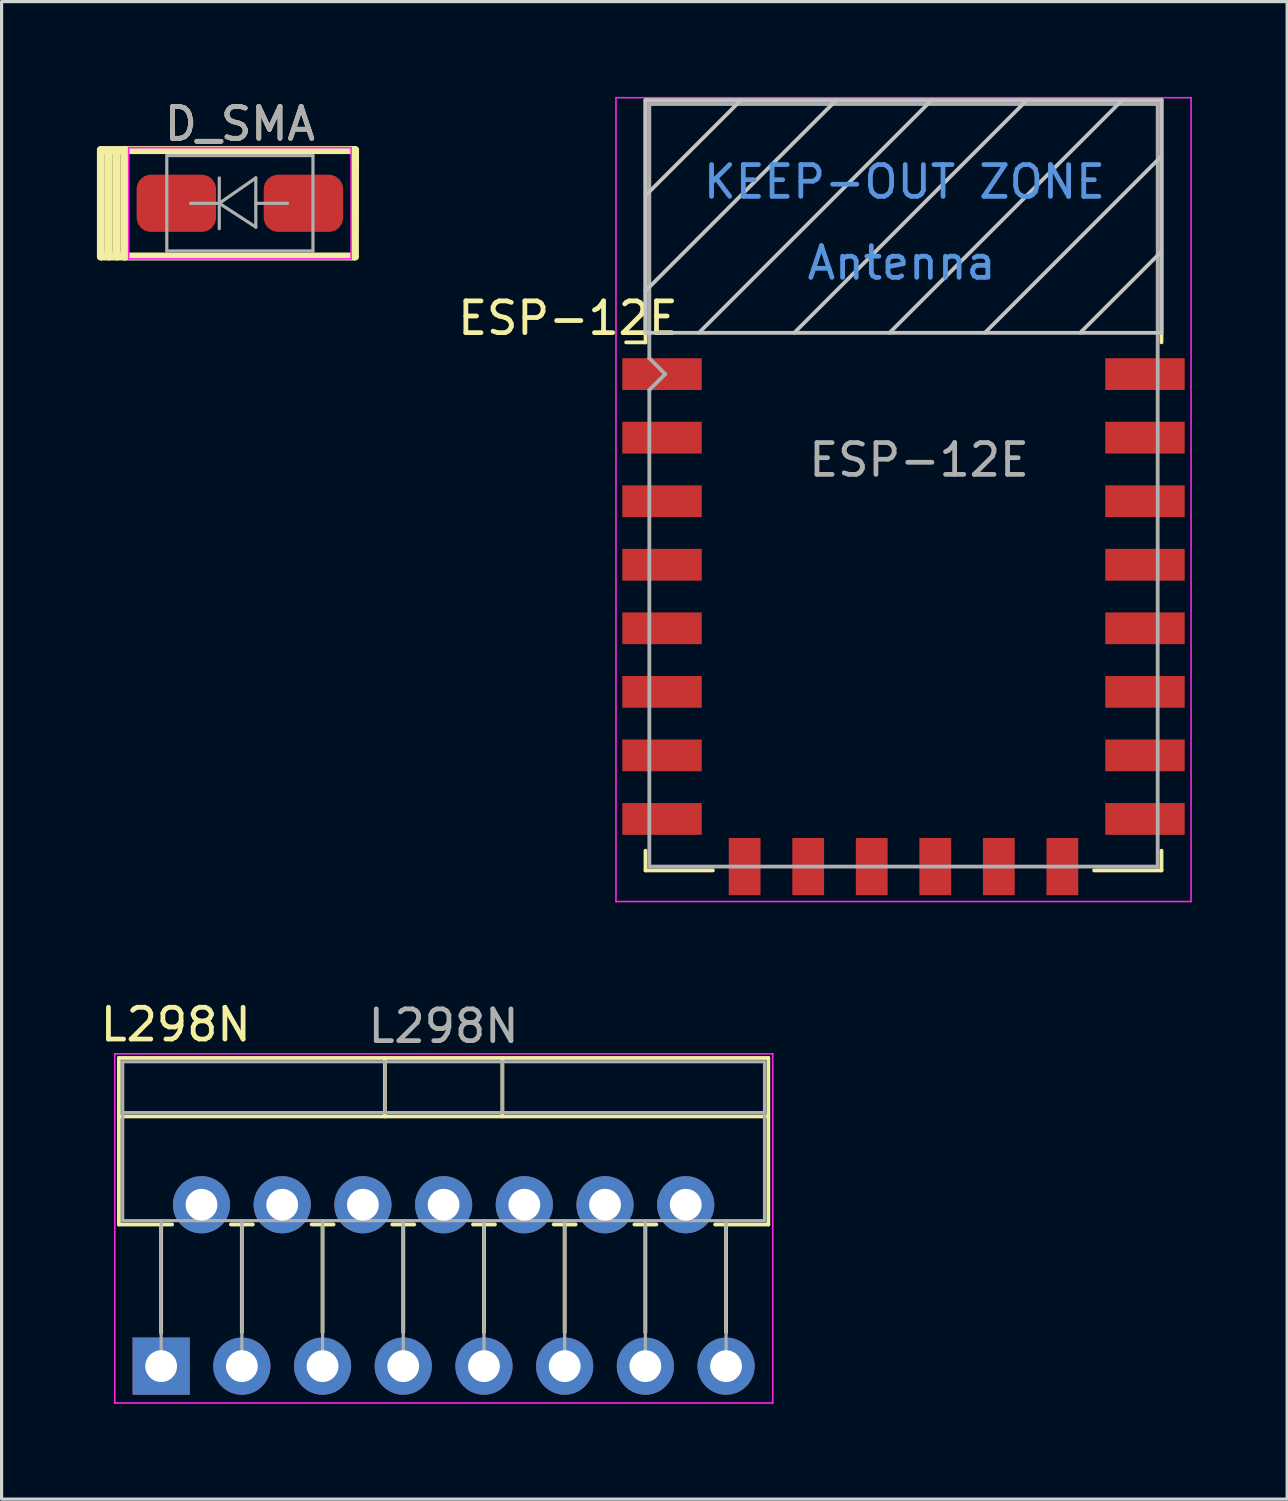
<source format=kicad_pcb>
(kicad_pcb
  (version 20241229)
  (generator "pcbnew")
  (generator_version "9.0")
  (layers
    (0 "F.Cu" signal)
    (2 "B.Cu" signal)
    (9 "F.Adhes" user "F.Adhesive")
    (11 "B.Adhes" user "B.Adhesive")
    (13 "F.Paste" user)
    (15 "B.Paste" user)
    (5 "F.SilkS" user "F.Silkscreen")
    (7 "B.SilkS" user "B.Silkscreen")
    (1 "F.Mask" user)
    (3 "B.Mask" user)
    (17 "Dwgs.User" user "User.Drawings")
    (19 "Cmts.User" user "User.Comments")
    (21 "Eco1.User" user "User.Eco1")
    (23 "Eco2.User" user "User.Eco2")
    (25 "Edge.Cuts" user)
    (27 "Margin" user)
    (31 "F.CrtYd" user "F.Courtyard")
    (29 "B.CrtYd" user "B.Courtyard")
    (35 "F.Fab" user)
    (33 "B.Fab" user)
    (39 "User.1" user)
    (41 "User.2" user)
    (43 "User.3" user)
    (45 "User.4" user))
  (footprint "L298N"
    (layer "F.Cu")
    (at 2.022 39.948)
    (property "Reference" "L298N" (at 0.46 -10.75 0) (layer "F.SilkS") (effects (font (size 1 1) (thickness 0.15))))
    (attr through_hole)
    (fp_line (start -1.33 -9.7) (end -1.33 -4.459) (stroke (width 0.12) (type solid)) (layer "F.SilkS"))
    (fp_line (start -1.33 -9.7) (end 19.11 -9.7) (stroke (width 0.12) (type solid)) (layer "F.SilkS"))
    (fp_line (start -1.33 -7.86) (end 19.11 -7.86) (stroke (width 0.12) (type solid)) (layer "F.SilkS"))
    (fp_line (start -1.33 -4.459) (end 0.346 -4.459) (stroke (width 0.12) (type solid)) (layer "F.SilkS"))
    (fp_line (start 0 -4.459) (end 0 -1.05) (stroke (width 0.12) (type solid)) (layer "F.SilkS"))
    (fp_line (start 2.195 -4.459) (end 2.886 -4.459) (stroke (width 0.12) (type solid)) (layer "F.SilkS"))
    (fp_line (start 2.54 -4.459) (end 2.54 -1.065) (stroke (width 0.12) (type solid)) (layer "F.SilkS"))
    (fp_line (start 4.735 -4.459) (end 5.426 -4.459) (stroke (width 0.12) (type solid)) (layer "F.SilkS"))
    (fp_line (start 5.08 -4.459) (end 5.08 -1.065) (stroke (width 0.12) (type solid)) (layer "F.SilkS"))
    (fp_line (start 7.041 -9.7) (end 7.041 -7.86) (stroke (width 0.12) (type solid)) (layer "F.SilkS"))
    (fp_line (start 7.275 -4.459) (end 7.966 -4.459) (stroke (width 0.12) (type solid)) (layer "F.SilkS"))
    (fp_line (start 7.62 -4.459) (end 7.62 -1.065) (stroke (width 0.12) (type solid)) (layer "F.SilkS"))
    (fp_line (start 9.815 -4.459) (end 10.506 -4.459) (stroke (width 0.12) (type solid)) (layer "F.SilkS"))
    (fp_line (start 10.16 -4.459) (end 10.16 -1.065) (stroke (width 0.12) (type solid)) (layer "F.SilkS"))
    (fp_line (start 10.74 -9.7) (end 10.74 -7.86) (stroke (width 0.12) (type solid)) (layer "F.SilkS"))
    (fp_line (start 12.355 -4.459) (end 13.046 -4.459) (stroke (width 0.12) (type solid)) (layer "F.SilkS"))
    (fp_line (start 12.7 -4.459) (end 12.7 -1.065) (stroke (width 0.12) (type solid)) (layer "F.SilkS"))
    (fp_line (start 14.895 -4.459) (end 15.586 -4.459) (stroke (width 0.12) (type solid)) (layer "F.SilkS"))
    (fp_line (start 15.24 -4.459) (end 15.24 -1.065) (stroke (width 0.12) (type solid)) (layer "F.SilkS"))
    (fp_line (start 17.435 -4.459) (end 19.11 -4.459) (stroke (width 0.12) (type solid)) (layer "F.SilkS"))
    (fp_line (start 17.78 -4.459) (end 17.78 -1.065) (stroke (width 0.12) (type solid)) (layer "F.SilkS"))
    (fp_line (start 19.11 -9.7) (end 19.11 -4.459) (stroke (width 0.12) (type solid)) (layer "F.SilkS"))
    (fp_line (start -1.46 -9.83) (end -1.46 1.16) (stroke (width 0.05) (type solid)) (layer "F.CrtYd"))
    (fp_line (start -1.46 1.16) (end 19.25 1.16) (stroke (width 0.05) (type solid)) (layer "F.CrtYd"))
    (fp_line (start 19.25 -9.83) (end -1.46 -9.83) (stroke (width 0.05) (type solid)) (layer "F.CrtYd"))
    (fp_line (start 19.25 1.16) (end 19.25 -9.83) (stroke (width 0.05) (type solid)) (layer "F.CrtYd"))
    (fp_line (start -1.21 -9.58) (end -1.21 -4.58) (stroke (width 0.1) (type solid)) (layer "F.Fab"))
    (fp_line (start -1.21 -7.98) (end 18.99 -7.98) (stroke (width 0.1) (type solid)) (layer "F.Fab"))
    (fp_line (start -1.21 -4.58) (end 18.99 -4.58) (stroke (width 0.1) (type solid)) (layer "F.Fab"))
    (fp_line (start 0 -4.58) (end 0 0) (stroke (width 0.1) (type solid)) (layer "F.Fab"))
    (fp_line (start 2.54 -4.58) (end 2.54 0) (stroke (width 0.1) (type solid)) (layer "F.Fab"))
    (fp_line (start 5.08 -4.58) (end 5.08 0) (stroke (width 0.1) (type solid)) (layer "F.Fab"))
    (fp_line (start 7.04 -9.58) (end 7.04 -7.98) (stroke (width 0.1) (type solid)) (layer "F.Fab"))
    (fp_line (start 7.62 -4.58) (end 7.62 0) (stroke (width 0.1) (type solid)) (layer "F.Fab"))
    (fp_line (start 10.16 -4.58) (end 10.16 0) (stroke (width 0.1) (type solid)) (layer "F.Fab"))
    (fp_line (start 10.74 -9.58) (end 10.74 -7.98) (stroke (width 0.1) (type solid)) (layer "F.Fab"))
    (fp_line (start 12.7 -4.58) (end 12.7 0) (stroke (width 0.1) (type solid)) (layer "F.Fab"))
    (fp_line (start 15.24 -4.58) (end 15.24 0) (stroke (width 0.1) (type solid)) (layer "F.Fab"))
    (fp_line (start 17.78 -4.58) (end 17.78 0) (stroke (width 0.1) (type solid)) (layer "F.Fab"))
    (fp_line (start 18.99 -9.58) (end -1.21 -9.58) (stroke (width 0.1) (type solid)) (layer "F.Fab"))
    (fp_line (start 18.99 -4.58) (end 18.99 -9.58) (stroke (width 0.1) (type solid)) (layer "F.Fab"))
    (fp_text user "${REFERENCE}" (at 8.89 -10.7 0) (layer "F.Fab") (effects (font (size 1 1) (thickness 0.15))))
    (pad "1" thru_hole rect (at 0 0) (size 1.8 1.8) (drill 1) (layers "*.Cu" "*.Mask"))
    (pad "2" thru_hole oval (at 1.27 -5.08) (size 1.8 1.8) (drill 1) (layers "*.Cu" "*.Mask"))
    (pad "3" thru_hole oval (at 2.54 0) (size 1.8 1.8) (drill 1) (layers "*.Cu" "*.Mask"))
    (pad "4" thru_hole oval (at 3.81 -5.08) (size 1.8 1.8) (drill 1) (layers "*.Cu" "*.Mask"))
    (pad "5" thru_hole oval (at 5.08 0) (size 1.8 1.8) (drill 1) (layers "*.Cu" "*.Mask"))
    (pad "6" thru_hole oval (at 6.35 -5.08) (size 1.8 1.8) (drill 1) (layers "*.Cu" "*.Mask"))
    (pad "7" thru_hole oval (at 7.62 0) (size 1.8 1.8) (drill 1) (layers "*.Cu" "*.Mask"))
    (pad "8" thru_hole oval (at 8.89 -5.08) (size 1.8 1.8) (drill 1) (layers "*.Cu" "*.Mask"))
    (pad "9" thru_hole oval (at 10.16 0) (size 1.8 1.8) (drill 1) (layers "*.Cu" "*.Mask"))
    (pad "10" thru_hole oval (at 11.43 -5.08) (size 1.8 1.8) (drill 1) (layers "*.Cu" "*.Mask"))
    (pad "11" thru_hole oval (at 12.7 0) (size 1.8 1.8) (drill 1) (layers "*.Cu" "*.Mask"))
    (pad "12" thru_hole oval (at 13.97 -5.08) (size 1.8 1.8) (drill 1) (layers "*.Cu" "*.Mask"))
    (pad "13" thru_hole oval (at 15.24 0) (size 1.8 1.8) (drill 1) (layers "*.Cu" "*.Mask"))
    (pad "14" thru_hole oval (at 16.51 -5.08) (size 1.8 1.8) (drill 1) (layers "*.Cu" "*.Mask"))
    (pad "15" thru_hole oval (at 17.78 0) (size 1.8 1.8) (drill 1) (layers "*.Cu" "*.Mask")))
  (footprint "ESP-12E"
    (layer "F.Cu")
    (at 25.387 12.225)
    (property "Reference" "ESP-12E" (at -10.56 -5.26 0) (layer "F.SilkS") (effects (font (size 1 1) (thickness 0.15))))
    (attr smd)
    (fp_line (start -8.12 -12.12) (end 8.12 -12.12) (stroke (width 0.12) (type solid)) (layer "F.SilkS"))
    (fp_line (start -8.12 -4.5) (end -8.73 -4.5) (stroke (width 0.12) (type solid)) (layer "F.SilkS"))
    (fp_line (start -8.12 -4.5) (end -8.12 -12.12) (stroke (width 0.12) (type solid)) (layer "F.SilkS"))
    (fp_line (start -8.12 12.12) (end -8.12 11.5) (stroke (width 0.12) (type solid)) (layer "F.SilkS"))
    (fp_line (start -6 12.12) (end -8.12 12.12) (stroke (width 0.12) (type solid)) (layer "F.SilkS"))
    (fp_line (start 8.12 -12.12) (end 8.12 -4.5) (stroke (width 0.12) (type solid)) (layer "F.SilkS"))
    (fp_line (start 8.12 11.5) (end 8.12 12.12) (stroke (width 0.12) (type solid)) (layer "F.SilkS"))
    (fp_line (start 8.12 12.12) (end 6 12.12) (stroke (width 0.12) (type solid)) (layer "F.SilkS"))
    (fp_line (start -8.12 -12.12) (end 8.12 -12.12) (stroke (width 0.12) (type solid)) (layer "Dwgs.User"))
    (fp_line (start -8.12 -9.12) (end -5.12 -12.12) (stroke (width 0.12) (type solid)) (layer "Dwgs.User"))
    (fp_line (start -8.12 -6.12) (end -2.12 -12.12) (stroke (width 0.12) (type solid)) (layer "Dwgs.User"))
    (fp_line (start -8.12 -4.8) (end -8.12 -12.12) (stroke (width 0.12) (type solid)) (layer "Dwgs.User"))
    (fp_line (start -6.44 -4.8) (end 0.88 -12.12) (stroke (width 0.12) (type solid)) (layer "Dwgs.User"))
    (fp_line (start -3.44 -4.8) (end 3.88 -12.12) (stroke (width 0.12) (type solid)) (layer "Dwgs.User"))
    (fp_line (start -0.44 -4.8) (end 6.88 -12.12) (stroke (width 0.12) (type solid)) (layer "Dwgs.User"))
    (fp_line (start 2.56 -4.8) (end 8.12 -10.36) (stroke (width 0.12) (type solid)) (layer "Dwgs.User"))
    (fp_line (start 5.56 -4.8) (end 8.12 -7.36) (stroke (width 0.12) (type solid)) (layer "Dwgs.User"))
    (fp_line (start 8.12 -12.12) (end 8.12 -4.8) (stroke (width 0.12) (type solid)) (layer "Dwgs.User"))
    (fp_line (start 8.12 -4.8) (end -8.12 -4.8) (stroke (width 0.12) (type solid)) (layer "Dwgs.User"))
    (fp_line (start -9.05 -12.2) (end 9.05 -12.2) (stroke (width 0.05) (type solid)) (layer "F.CrtYd"))
    (fp_line (start -9.05 13.1) (end -9.05 -12.2) (stroke (width 0.05) (type solid)) (layer "F.CrtYd"))
    (fp_line (start 9.05 -12.2) (end 9.05 13.1) (stroke (width 0.05) (type solid)) (layer "F.CrtYd"))
    (fp_line (start 9.05 13.1) (end -9.05 13.1) (stroke (width 0.05) (type solid)) (layer "F.CrtYd"))
    (fp_line (start -8 -12) (end 8 -12) (stroke (width 0.12) (type solid)) (layer "F.Fab"))
    (fp_line (start -8 -4) (end -8 -12) (stroke (width 0.12) (type solid)) (layer "F.Fab"))
    (fp_line (start -8 -3) (end -7.5 -3.5) (stroke (width 0.12) (type solid)) (layer "F.Fab"))
    (fp_line (start -8 12) (end -8 -3) (stroke (width 0.12) (type solid)) (layer "F.Fab"))
    (fp_line (start -7.5 -3.5) (end -8 -4) (stroke (width 0.12) (type solid)) (layer "F.Fab"))
    (fp_line (start 8 -12) (end 8 12) (stroke (width 0.12) (type solid)) (layer "F.Fab"))
    (fp_line (start 8 12) (end -8 12) (stroke (width 0.12) (type solid)) (layer "F.Fab"))
    (fp_text user "KEEP-OUT ZONE" (at 0.03 -9.55 180) (layer "Cmts.User") (effects (font (size 1 1) (thickness 0.15))))
    (fp_text user "Antenna" (at -0.06 -7 180) (layer "Cmts.User") (effects (font (size 1 1) (thickness 0.15))))
    (fp_text user "${REFERENCE}" (at 0.49 -0.8 0) (layer "F.Fab") (effects (font (size 1 1) (thickness 0.15))))
    (pad "1" smd rect (at -7.6 -3.5) (size 2.5 1) (layers "F.Cu" "F.Mask" "F.Paste"))
    (pad "2" smd rect (at -7.6 -1.5) (size 2.5 1) (layers "F.Cu" "F.Mask" "F.Paste"))
    (pad "3" smd rect (at -7.6 0.5) (size 2.5 1) (layers "F.Cu" "F.Mask" "F.Paste"))
    (pad "4" smd rect (at -7.6 2.5) (size 2.5 1) (layers "F.Cu" "F.Mask" "F.Paste"))
    (pad "5" smd rect (at -7.6 4.5) (size 2.5 1) (layers "F.Cu" "F.Mask" "F.Paste"))
    (pad "6" smd rect (at -7.6 6.5) (size 2.5 1) (layers "F.Cu" "F.Mask" "F.Paste"))
    (pad "7" smd rect (at -7.6 8.5) (size 2.5 1) (layers "F.Cu" "F.Mask" "F.Paste"))
    (pad "8" smd rect (at -7.6 10.5) (size 2.5 1) (layers "F.Cu" "F.Mask" "F.Paste"))
    (pad "9" smd rect (at -5 12) (size 1 1.8) (layers "F.Cu" "F.Mask" "F.Paste"))
    (pad "10" smd rect (at -3 12) (size 1 1.8) (layers "F.Cu" "F.Mask" "F.Paste"))
    (pad "11" smd rect (at -1 12) (size 1 1.8) (layers "F.Cu" "F.Mask" "F.Paste"))
    (pad "12" smd rect (at 1 12) (size 1 1.8) (layers "F.Cu" "F.Mask" "F.Paste"))
    (pad "13" smd rect (at 3 12) (size 1 1.8) (layers "F.Cu" "F.Mask" "F.Paste"))
    (pad "14" smd rect (at 5 12) (size 1 1.8) (layers "F.Cu" "F.Mask" "F.Paste"))
    (pad "15" smd rect (at 7.6 10.5) (size 2.5 1) (layers "F.Cu" "F.Mask" "F.Paste"))
    (pad "16" smd rect (at 7.6 8.5) (size 2.5 1) (layers "F.Cu" "F.Mask" "F.Paste"))
    (pad "17" smd rect (at 7.6 6.5) (size 2.5 1) (layers "F.Cu" "F.Mask" "F.Paste"))
    (pad "18" smd rect (at 7.6 4.5) (size 2.5 1) (layers "F.Cu" "F.Mask" "F.Paste"))
    (pad "19" smd rect (at 7.6 2.5) (size 2.5 1) (layers "F.Cu" "F.Mask" "F.Paste"))
    (pad "20" smd rect (at 7.6 0.5) (size 2.5 1) (layers "F.Cu" "F.Mask" "F.Paste"))
    (pad "21" smd rect (at 7.6 -1.5) (size 2.5 1) (layers "F.Cu" "F.Mask" "F.Paste"))
    (pad "22" smd rect (at 7.6 -3.5) (size 2.5 1) (layers "F.Cu" "F.Mask" "F.Paste")))
  (footprint "D_SMA"
    (layer "F.Cu")
    (at 4.5 3.348)
    (property "Reference" "D_SMA" (at 0 -2.5 0) (layer "F.SilkS") (effects (font (size 1 1) (thickness 0.15))))
    (attr smd)
    (fp_line (start -4.375 -1.675) (end -4.375 1.675) (stroke (width 0.25) (type solid)) (layer "F.SilkS"))
    (fp_line (start -4.125 -1.675) (end -4.125 1.675) (stroke (width 0.25) (type solid)) (layer "F.SilkS"))
    (fp_line (start -3.875 -1.675) (end -3.875 1.675) (stroke (width 0.25) (type solid)) (layer "F.SilkS"))
    (fp_line (start -3.625 -1.675) (end -4.375 -1.675) (stroke (width 0.25) (type solid)) (layer "F.SilkS"))
    (fp_line (start -3.625 -1.675) (end -3.625 1.675) (stroke (width 0.25) (type solid)) (layer "F.SilkS"))
    (fp_line (start -3.625 -1.675) (end 3.625 -1.675) (stroke (width 0.25) (type solid)) (layer "F.SilkS"))
    (fp_line (start -3.625 1.675) (end -4.375 1.675) (stroke (width 0.25) (type solid)) (layer "F.SilkS"))
    (fp_line (start -3.625 1.675) (end 3.62 1.675) (stroke (width 0.25) (type solid)) (layer "F.SilkS"))
    (fp_line (start 3.625 -1.675) (end 3.62 1.675) (stroke (width 0.25) (type solid)) (layer "F.SilkS"))
    (fp_line (start -3.5 -1.75) (end 3.5 -1.75) (stroke (width 0.05) (type solid)) (layer "F.CrtYd"))
    (fp_line (start -3.5 1.75) (end -3.5 -1.75) (stroke (width 0.05) (type solid)) (layer "F.CrtYd"))
    (fp_line (start 3.5 -1.75) (end 3.5 1.75) (stroke (width 0.05) (type solid)) (layer "F.CrtYd"))
    (fp_line (start 3.5 1.75) (end -3.5 1.75) (stroke (width 0.05) (type solid)) (layer "F.CrtYd"))
    (fp_line (start -2.3 1.5) (end -2.3 -1.5) (stroke (width 0.1) (type solid)) (layer "F.Fab"))
    (fp_line (start -0.649 -0.799) (end -0.649 0.801) (stroke (width 0.1) (type solid)) (layer "F.Fab"))
    (fp_line (start -0.649 0.001) (end -1.551 0.001) (stroke (width 0.1) (type solid)) (layer "F.Fab"))
    (fp_line (start -0.649 0.001) (end 0.501 -0.799) (stroke (width 0.1) (type solid)) (layer "F.Fab"))
    (fp_line (start -0.649 0.001) (end 0.501 0.75) (stroke (width 0.1) (type solid)) (layer "F.Fab"))
    (fp_line (start 0.501 0.001) (end 1.499 0.001) (stroke (width 0.1) (type solid)) (layer "F.Fab"))
    (fp_line (start 0.501 0.75) (end 0.501 -0.799) (stroke (width 0.1) (type solid)) (layer "F.Fab"))
    (fp_line (start 2.3 -1.5) (end -2.3 -1.5) (stroke (width 0.1) (type solid)) (layer "F.Fab"))
    (fp_line (start 2.3 -1.5) (end 2.3 1.5) (stroke (width 0.1) (type solid)) (layer "F.Fab"))
    (fp_line (start 2.3 1.5) (end -2.3 1.5) (stroke (width 0.1) (type solid)) (layer "F.Fab"))
    (fp_text user "${REFERENCE}" (at 0 -2.5 0) (layer "F.Fab") (effects (font (size 1 1) (thickness 0.15))))
    (pad "1" smd roundrect (at -2 0) (size 2.5 1.8) (layers "F.Cu" "F.Mask" "F.Paste") (roundrect_rratio 0.25))
    (pad "2" smd roundrect (at 2 0) (size 2.5 1.8) (layers "F.Cu" "F.Mask" "F.Paste") (roundrect_rratio 0.25)))
  (gr_rect
    (start -3 -3)
    (end 37.462 44.133)
    (stroke (width 0.1) (type default))
    (fill no)
    (layer "Edge.Cuts")))
</source>
